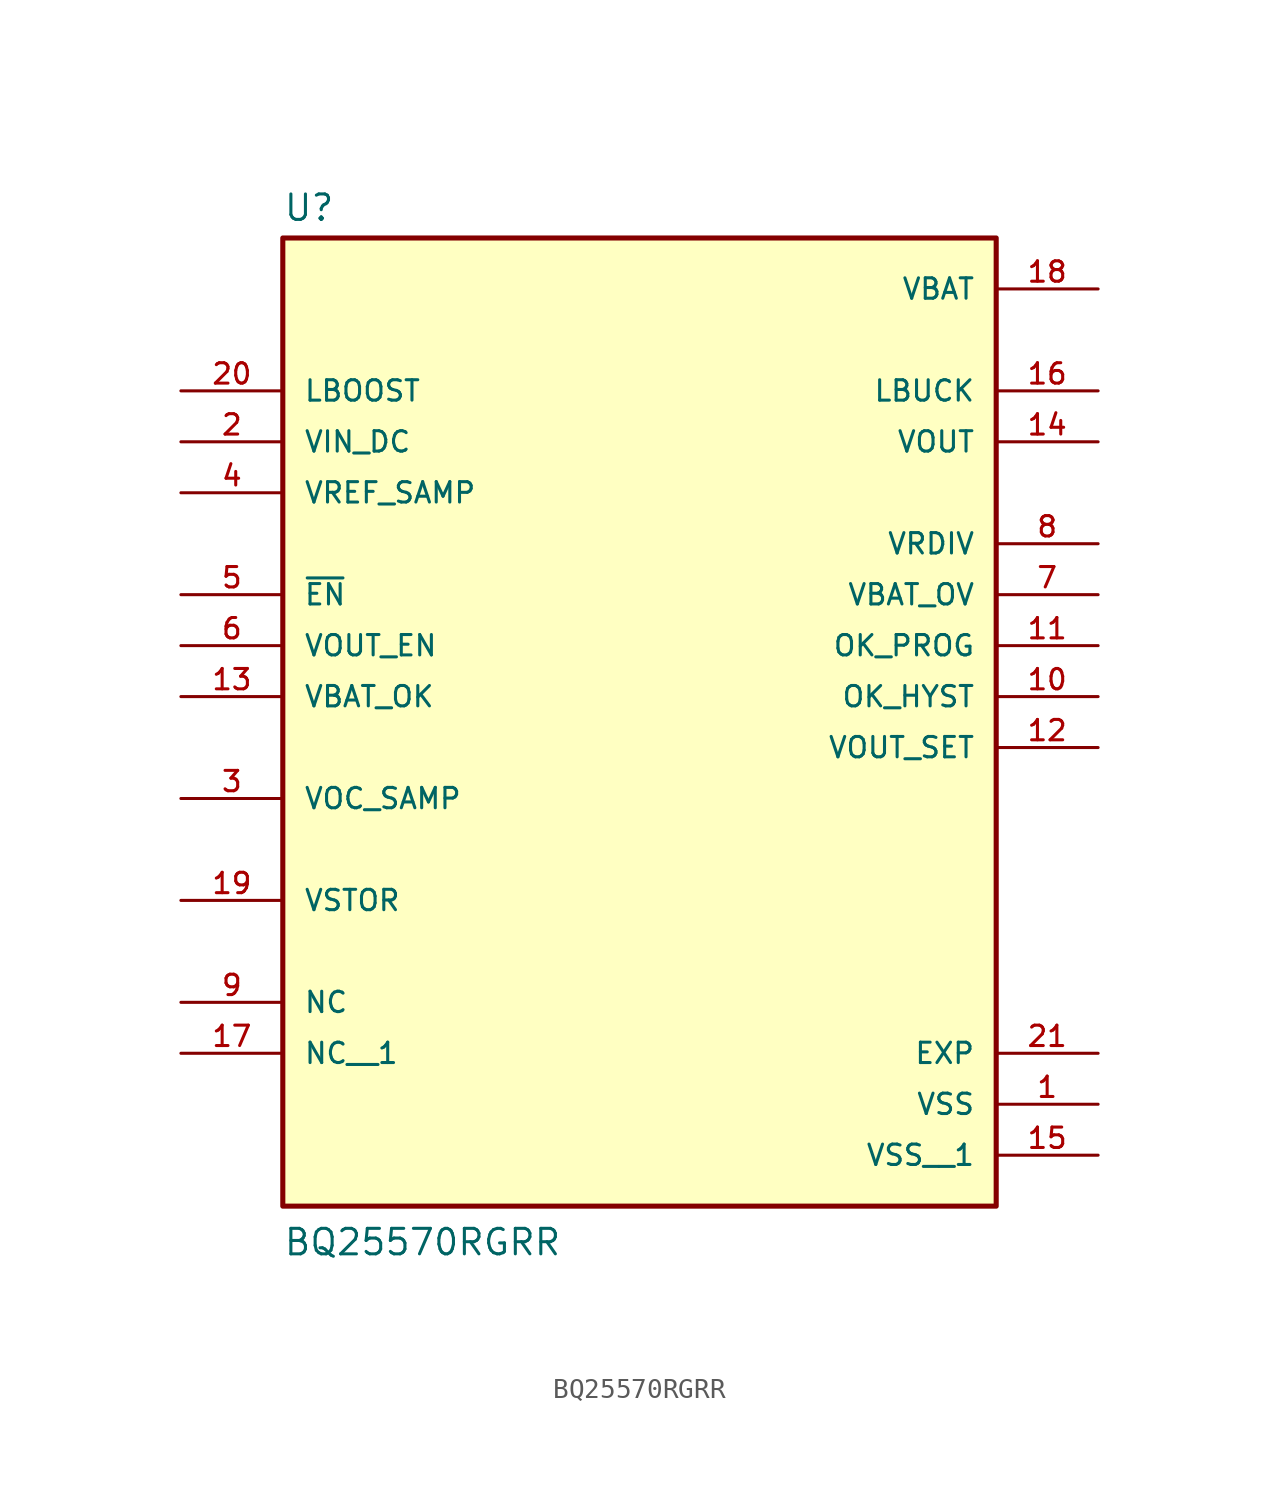
<source format=kicad_sym>
(kicad_symbol_lib
  (version 20211014)
  (generator kicad_symbol_editor)
  (symbol "BQ25570RGRR"
    (pin_names
      (offset 1.016))
    (property "Reference" "U"
      (at -17.78 23.622 0)
      (effects (font (size 1.27 1.27)) (justify bottom left)))
    (property "Value" "BQ25570RGRR"
      (at -17.78 -27.94 0)
      (effects (font (size 1.27 1.27)) (justify bottom left)))
    (symbol "BQ25570RGRR_0_0"
      (rectangle (start -17.78 -25.4) (end 17.78 22.86) (stroke (width 0.254)) (fill (type background)))
      (pin input line (at -22.86 5.08 0) (length 5.08) (name "~{EN}" (effects (font (size 1.016 1.016)))) (number "5" (effects (font (size 1.016 1.016)))))
      (pin bidirectional line (at -22.86 15.24 0) (length 5.08) (name "LBOOST" (effects (font (size 1.016 1.016)))) (number "20" (effects (font (size 1.016 1.016)))))
      (pin bidirectional line (at 22.86 15.24 180.0) (length 5.08) (name "LBUCK" (effects (font (size 1.016 1.016)))) (number "16" (effects (font (size 1.016 1.016)))))
      (pin passive line (at -22.86 -15.24 0) (length 5.08) (name "NC" (effects (font (size 1.016 1.016)))) (number "9" (effects (font (size 1.016 1.016)))))
      (pin input line (at 22.86 0.0 180.0) (length 5.08) (name "OK_HYST" (effects (font (size 1.016 1.016)))) (number "10" (effects (font (size 1.016 1.016)))))
      (pin input line (at 22.86 2.54 180.0) (length 5.08) (name "OK_PROG" (effects (font (size 1.016 1.016)))) (number "11" (effects (font (size 1.016 1.016)))))
      (pin power_in line (at 22.86 20.32 180.0) (length 5.08) (name "VBAT" (effects (font (size 1.016 1.016)))) (number "18" (effects (font (size 1.016 1.016)))))
      (pin output line (at -22.86 0.0 0) (length 5.08) (name "VBAT_OK" (effects (font (size 1.016 1.016)))) (number "13" (effects (font (size 1.016 1.016)))))
      (pin input line (at 22.86 5.08 180.0) (length 5.08) (name "VBAT_OV" (effects (font (size 1.016 1.016)))) (number "7" (effects (font (size 1.016 1.016)))))
      (pin input line (at -22.86 12.7 0) (length 5.08) (name "VIN_DC" (effects (font (size 1.016 1.016)))) (number "2" (effects (font (size 1.016 1.016)))))
      (pin input line (at -22.86 -5.08 0) (length 5.08) (name "VOC_SAMP" (effects (font (size 1.016 1.016)))) (number "3" (effects (font (size 1.016 1.016)))))
      (pin output line (at 22.86 12.7 180.0) (length 5.08) (name "VOUT" (effects (font (size 1.016 1.016)))) (number "14" (effects (font (size 1.016 1.016)))))
      (pin input line (at -22.86 2.54 0) (length 5.08) (name "VOUT_EN" (effects (font (size 1.016 1.016)))) (number "6" (effects (font (size 1.016 1.016)))))
      (pin input line (at 22.86 -2.54 180.0) (length 5.08) (name "VOUT_SET" (effects (font (size 1.016 1.016)))) (number "12" (effects (font (size 1.016 1.016)))))
      (pin input line (at -22.86 10.16 0) (length 5.08) (name "VREF_SAMP" (effects (font (size 1.016 1.016)))) (number "4" (effects (font (size 1.016 1.016)))))
      (pin output line (at 22.86 7.62 180.0) (length 5.08) (name "VRDIV" (effects (font (size 1.016 1.016)))) (number "8" (effects (font (size 1.016 1.016)))))
      (pin power_in line (at 22.86 -20.32 180.0) (length 5.08) (name "VSS" (effects (font (size 1.016 1.016)))) (number "1" (effects (font (size 1.016 1.016)))))
      (pin output line (at -22.86 -10.16 0) (length 5.08) (name "VSTOR" (effects (font (size 1.016 1.016)))) (number "19" (effects (font (size 1.016 1.016)))))
      (pin passive line (at 22.86 -17.78 180.0) (length 5.08) (name "EXP" (effects (font (size 1.016 1.016)))) (number "21" (effects (font (size 1.016 1.016)))))
      (pin passive line (at -22.86 -17.78 0) (length 5.08) (name "NC__1" (effects (font (size 1.016 1.016)))) (number "17" (effects (font (size 1.016 1.016)))))
      (pin power_in line (at 22.86 -22.86 180.0) (length 5.08) (name "VSS__1" (effects (font (size 1.016 1.016)))) (number "15" (effects (font (size 1.016 1.016))))))))
</source>
